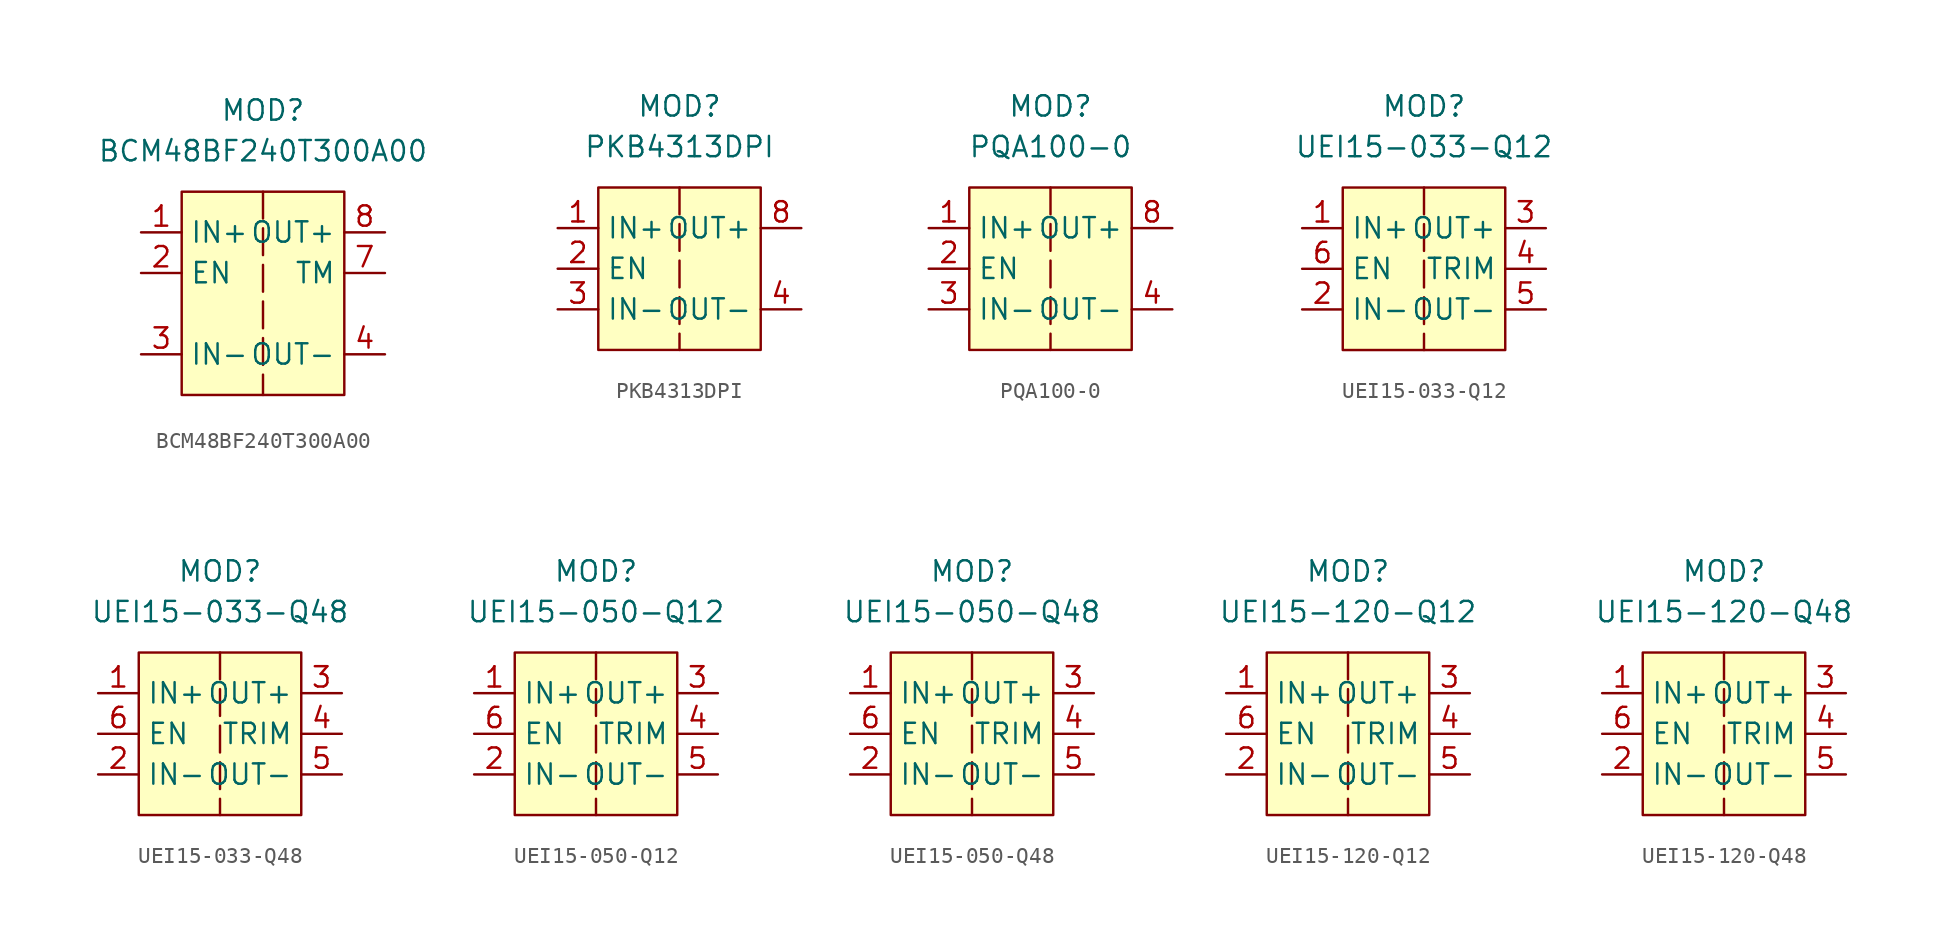
<source format=kicad_sym>
(kicad_symbol_lib
  (version 20220914)
  (generator kicad_symbol_editor)
  (symbol "BCM48BF240T300A00"
    (property "Reference" "MOD"
      (at 0 10.16 0)
      (effects (font (size 1.27 1.27))))
    (property "Value" "BCM48BF240T300A00"
      (at 0 7.62 0)
      (effects (font (size 1.27 1.27))))
    (symbol "BCM48BF240T300A00_1_1"
      (rectangle (start -5.08 5.08) (end 5.08 -7.62) (stroke (width 0) (type default)) (fill (type background)))
      (polyline (pts (xy 0 5.08) (xy 0 -7.62)) (stroke (width 0) (type dash)) (fill (type none)))
      (pin input line (at -7.62 2.54 0) (length 2.54) (name "IN+" (effects (font (size 1.27 1.27)))) (number "1" (effects (font (size 1.27 1.27)))))
      (pin input line (at -7.62 0 0) (length 2.54) (name "EN" (effects (font (size 1.27 1.27)))) (number "2" (effects (font (size 1.27 1.27)))))
      (pin input line (at -7.62 -5.08 0) (length 2.54) (name "IN-" (effects (font (size 1.27 1.27)))) (number "3" (effects (font (size 1.27 1.27)))))
      (pin input line (at 7.62 -5.08 180) (length 2.54) (name "OUT-" (effects (font (size 1.27 1.27)))) (number "4" (effects (font (size 1.27 1.27)))))
      (pin input line (at 7.62 0 180) (length 2.54) (name "TM" (effects (font (size 1.27 1.27)))) (number "7" (effects (font (size 1.27 1.27)))))
      (pin input line (at 7.62 2.54 180) (length 2.54) (name "OUT+" (effects (font (size 1.27 1.27)))) (number "8" (effects (font (size 1.27 1.27)))))))
  (symbol "PKB4313DPI"
    (property "Reference" "MOD"
      (at 0 10.16 0)
      (effects (font (size 1.27 1.27))))
    (property "Value" "PKB4313DPI"
      (at 0 7.62 0)
      (effects (font (size 1.27 1.27))))
    (symbol "PKB4313DPI_1_1"
      (rectangle (start -5.08 5.08) (end 5.08 -5.08) (stroke (width 0) (type default)) (fill (type background)))
      (polyline (pts (xy 0 5.08) (xy 0 -5.08)) (stroke (width 0) (type dash)) (fill (type none)))
      (pin input line (at -7.62 2.54 0) (length 2.54) (name "IN+" (effects (font (size 1.27 1.27)))) (number "1" (effects (font (size 1.27 1.27)))))
      (pin input line (at -7.62 0 0) (length 2.54) (name "EN" (effects (font (size 1.27 1.27)))) (number "2" (effects (font (size 1.27 1.27)))))
      (pin input line (at -7.62 -2.54 0) (length 2.54) (name "IN-" (effects (font (size 1.27 1.27)))) (number "3" (effects (font (size 1.27 1.27)))))
      (pin input line (at 7.62 -2.54 180) (length 2.54) (name "OUT-" (effects (font (size 1.27 1.27)))) (number "4" (effects (font (size 1.27 1.27)))))
      (pin input line (at 7.62 2.54 180) (length 2.54) (name "OUT+" (effects (font (size 1.27 1.27)))) (number "8" (effects (font (size 1.27 1.27)))))))
  (symbol "PQA100-0"
    (property "Reference" "MOD"
      (at 0 10.16 0)
      (effects (font (size 1.27 1.27))))
    (property "Value" "PQA100-0"
      (at 0 7.62 0)
      (effects (font (size 1.27 1.27))))
    (symbol "PQA100-0_1_1"
      (rectangle (start -5.08 5.08) (end 5.08 -5.08) (stroke (width 0) (type default)) (fill (type background)))
      (polyline (pts (xy 0 5.08) (xy 0 -5.08)) (stroke (width 0) (type dash)) (fill (type none)))
      (pin input line (at -7.62 2.54 0) (length 2.54) (name "IN+" (effects (font (size 1.27 1.27)))) (number "1" (effects (font (size 1.27 1.27)))))
      (pin input line (at -7.62 0 0) (length 2.54) (name "EN" (effects (font (size 1.27 1.27)))) (number "2" (effects (font (size 1.27 1.27)))))
      (pin input line (at -7.62 -2.54 0) (length 2.54) (name "IN-" (effects (font (size 1.27 1.27)))) (number "3" (effects (font (size 1.27 1.27)))))
      (pin input line (at 7.62 -2.54 180) (length 2.54) (name "OUT-" (effects (font (size 1.27 1.27)))) (number "4" (effects (font (size 1.27 1.27)))))
      (pin input line (at 7.62 2.54 180) (length 2.54) (name "OUT+" (effects (font (size 1.27 1.27)))) (number "8" (effects (font (size 1.27 1.27)))))))
  (symbol "UEI15-033-Q12"
    (property "Reference" "MOD"
      (at 0 10.16 0)
      (effects (font (size 1.27 1.27))))
    (property "Value" "UEI15-033-Q12"
      (at 0 7.62 0)
      (effects (font (size 1.27 1.27))))
    (symbol "UEI15-033-Q12_1_1"
      (rectangle (start -5.08 5.08) (end 5.08 -5.08) (stroke (width 0) (type default)) (fill (type background)))
      (polyline (pts (xy 0 5.08) (xy 0 -5.08)) (stroke (width 0) (type dash)) (fill (type none)))
      (pin input line (at -7.62 2.54 0) (length 2.54) (name "IN+" (effects (font (size 1.27 1.27)))) (number "1" (effects (font (size 1.27 1.27)))))
      (pin input line (at -7.62 -2.54 0) (length 2.54) (name "IN-" (effects (font (size 1.27 1.27)))) (number "2" (effects (font (size 1.27 1.27)))))
      (pin input line (at 7.62 2.54 180) (length 2.54) (name "OUT+" (effects (font (size 1.27 1.27)))) (number "3" (effects (font (size 1.27 1.27)))))
      (pin input line (at 7.62 0 180) (length 2.54) (name "TRIM" (effects (font (size 1.27 1.27)))) (number "4" (effects (font (size 1.27 1.27)))))
      (pin input line (at 7.62 -2.54 180) (length 2.54) (name "OUT-" (effects (font (size 1.27 1.27)))) (number "5" (effects (font (size 1.27 1.27)))))
      (pin input line (at -7.62 0 0) (length 2.54) (name "EN" (effects (font (size 1.27 1.27)))) (number "6" (effects (font (size 1.27 1.27)))))))
  (symbol "UEI15-033-Q48"
    (property "Reference" "MOD"
      (at 0 10.16 0)
      (effects (font (size 1.27 1.27))))
    (property "Value" "UEI15-033-Q48"
      (at 0 7.62 0)
      (effects (font (size 1.27 1.27))))
    (symbol "UEI15-033-Q48_1_1"
      (rectangle (start -5.08 5.08) (end 5.08 -5.08) (stroke (width 0) (type default)) (fill (type background)))
      (polyline (pts (xy 0 5.08) (xy 0 -5.08)) (stroke (width 0) (type dash)) (fill (type none)))
      (pin input line (at -7.62 2.54 0) (length 2.54) (name "IN+" (effects (font (size 1.27 1.27)))) (number "1" (effects (font (size 1.27 1.27)))))
      (pin input line (at -7.62 -2.54 0) (length 2.54) (name "IN-" (effects (font (size 1.27 1.27)))) (number "2" (effects (font (size 1.27 1.27)))))
      (pin input line (at 7.62 2.54 180) (length 2.54) (name "OUT+" (effects (font (size 1.27 1.27)))) (number "3" (effects (font (size 1.27 1.27)))))
      (pin input line (at 7.62 0 180) (length 2.54) (name "TRIM" (effects (font (size 1.27 1.27)))) (number "4" (effects (font (size 1.27 1.27)))))
      (pin input line (at 7.62 -2.54 180) (length 2.54) (name "OUT-" (effects (font (size 1.27 1.27)))) (number "5" (effects (font (size 1.27 1.27)))))
      (pin input line (at -7.62 0 0) (length 2.54) (name "EN" (effects (font (size 1.27 1.27)))) (number "6" (effects (font (size 1.27 1.27)))))))
  (symbol "UEI15-050-Q12"
    (property "Reference" "MOD"
      (at 0 10.16 0)
      (effects (font (size 1.27 1.27))))
    (property "Value" "UEI15-050-Q12"
      (at 0 7.62 0)
      (effects (font (size 1.27 1.27))))
    (symbol "UEI15-050-Q12_1_1"
      (rectangle (start -5.08 5.08) (end 5.08 -5.08) (stroke (width 0) (type default)) (fill (type background)))
      (polyline (pts (xy 0 5.08) (xy 0 -5.08)) (stroke (width 0) (type dash)) (fill (type none)))
      (pin input line (at -7.62 2.54 0) (length 2.54) (name "IN+" (effects (font (size 1.27 1.27)))) (number "1" (effects (font (size 1.27 1.27)))))
      (pin input line (at -7.62 -2.54 0) (length 2.54) (name "IN-" (effects (font (size 1.27 1.27)))) (number "2" (effects (font (size 1.27 1.27)))))
      (pin input line (at 7.62 2.54 180) (length 2.54) (name "OUT+" (effects (font (size 1.27 1.27)))) (number "3" (effects (font (size 1.27 1.27)))))
      (pin input line (at 7.62 0 180) (length 2.54) (name "TRIM" (effects (font (size 1.27 1.27)))) (number "4" (effects (font (size 1.27 1.27)))))
      (pin input line (at 7.62 -2.54 180) (length 2.54) (name "OUT-" (effects (font (size 1.27 1.27)))) (number "5" (effects (font (size 1.27 1.27)))))
      (pin input line (at -7.62 0 0) (length 2.54) (name "EN" (effects (font (size 1.27 1.27)))) (number "6" (effects (font (size 1.27 1.27)))))))
  (symbol "UEI15-050-Q48"
    (property "Reference" "MOD"
      (at 0 10.16 0)
      (effects (font (size 1.27 1.27))))
    (property "Value" "UEI15-050-Q48"
      (at 0 7.62 0)
      (effects (font (size 1.27 1.27))))
    (symbol "UEI15-050-Q48_1_1"
      (rectangle (start -5.08 5.08) (end 5.08 -5.08) (stroke (width 0) (type default)) (fill (type background)))
      (polyline (pts (xy 0 5.08) (xy 0 -5.08)) (stroke (width 0) (type dash)) (fill (type none)))
      (pin input line (at -7.62 2.54 0) (length 2.54) (name "IN+" (effects (font (size 1.27 1.27)))) (number "1" (effects (font (size 1.27 1.27)))))
      (pin input line (at -7.62 -2.54 0) (length 2.54) (name "IN-" (effects (font (size 1.27 1.27)))) (number "2" (effects (font (size 1.27 1.27)))))
      (pin input line (at 7.62 2.54 180) (length 2.54) (name "OUT+" (effects (font (size 1.27 1.27)))) (number "3" (effects (font (size 1.27 1.27)))))
      (pin input line (at 7.62 0 180) (length 2.54) (name "TRIM" (effects (font (size 1.27 1.27)))) (number "4" (effects (font (size 1.27 1.27)))))
      (pin input line (at 7.62 -2.54 180) (length 2.54) (name "OUT-" (effects (font (size 1.27 1.27)))) (number "5" (effects (font (size 1.27 1.27)))))
      (pin input line (at -7.62 0 0) (length 2.54) (name "EN" (effects (font (size 1.27 1.27)))) (number "6" (effects (font (size 1.27 1.27)))))))
  (symbol "UEI15-120-Q12"
    (property "Reference" "MOD"
      (at 0 10.16 0)
      (effects (font (size 1.27 1.27))))
    (property "Value" "UEI15-120-Q12"
      (at 0 7.62 0)
      (effects (font (size 1.27 1.27))))
    (symbol "UEI15-120-Q12_1_1"
      (rectangle (start -5.08 5.08) (end 5.08 -5.08) (stroke (width 0) (type default)) (fill (type background)))
      (polyline (pts (xy 0 5.08) (xy 0 -5.08)) (stroke (width 0) (type dash)) (fill (type none)))
      (pin input line (at -7.62 2.54 0) (length 2.54) (name "IN+" (effects (font (size 1.27 1.27)))) (number "1" (effects (font (size 1.27 1.27)))))
      (pin input line (at -7.62 -2.54 0) (length 2.54) (name "IN-" (effects (font (size 1.27 1.27)))) (number "2" (effects (font (size 1.27 1.27)))))
      (pin input line (at 7.62 2.54 180) (length 2.54) (name "OUT+" (effects (font (size 1.27 1.27)))) (number "3" (effects (font (size 1.27 1.27)))))
      (pin input line (at 7.62 0 180) (length 2.54) (name "TRIM" (effects (font (size 1.27 1.27)))) (number "4" (effects (font (size 1.27 1.27)))))
      (pin input line (at 7.62 -2.54 180) (length 2.54) (name "OUT-" (effects (font (size 1.27 1.27)))) (number "5" (effects (font (size 1.27 1.27)))))
      (pin input line (at -7.62 0 0) (length 2.54) (name "EN" (effects (font (size 1.27 1.27)))) (number "6" (effects (font (size 1.27 1.27)))))))
  (symbol "UEI15-120-Q48"
    (property "Reference" "MOD"
      (at 0 10.16 0)
      (effects (font (size 1.27 1.27))))
    (property "Value" "UEI15-120-Q48"
      (at 0 7.62 0)
      (effects (font (size 1.27 1.27))))
    (symbol "UEI15-120-Q48_1_1"
      (rectangle (start -5.08 5.08) (end 5.08 -5.08) (stroke (width 0) (type default)) (fill (type background)))
      (polyline (pts (xy 0 5.08) (xy 0 -5.08)) (stroke (width 0) (type dash)) (fill (type none)))
      (pin input line (at -7.62 2.54 0) (length 2.54) (name "IN+" (effects (font (size 1.27 1.27)))) (number "1" (effects (font (size 1.27 1.27)))))
      (pin input line (at -7.62 -2.54 0) (length 2.54) (name "IN-" (effects (font (size 1.27 1.27)))) (number "2" (effects (font (size 1.27 1.27)))))
      (pin input line (at 7.62 2.54 180) (length 2.54) (name "OUT+" (effects (font (size 1.27 1.27)))) (number "3" (effects (font (size 1.27 1.27)))))
      (pin input line (at 7.62 0 180) (length 2.54) (name "TRIM" (effects (font (size 1.27 1.27)))) (number "4" (effects (font (size 1.27 1.27)))))
      (pin input line (at 7.62 -2.54 180) (length 2.54) (name "OUT-" (effects (font (size 1.27 1.27)))) (number "5" (effects (font (size 1.27 1.27)))))
      (pin input line (at -7.62 0 0) (length 2.54) (name "EN" (effects (font (size 1.27 1.27)))) (number "6" (effects (font (size 1.27 1.27))))))))
</source>
